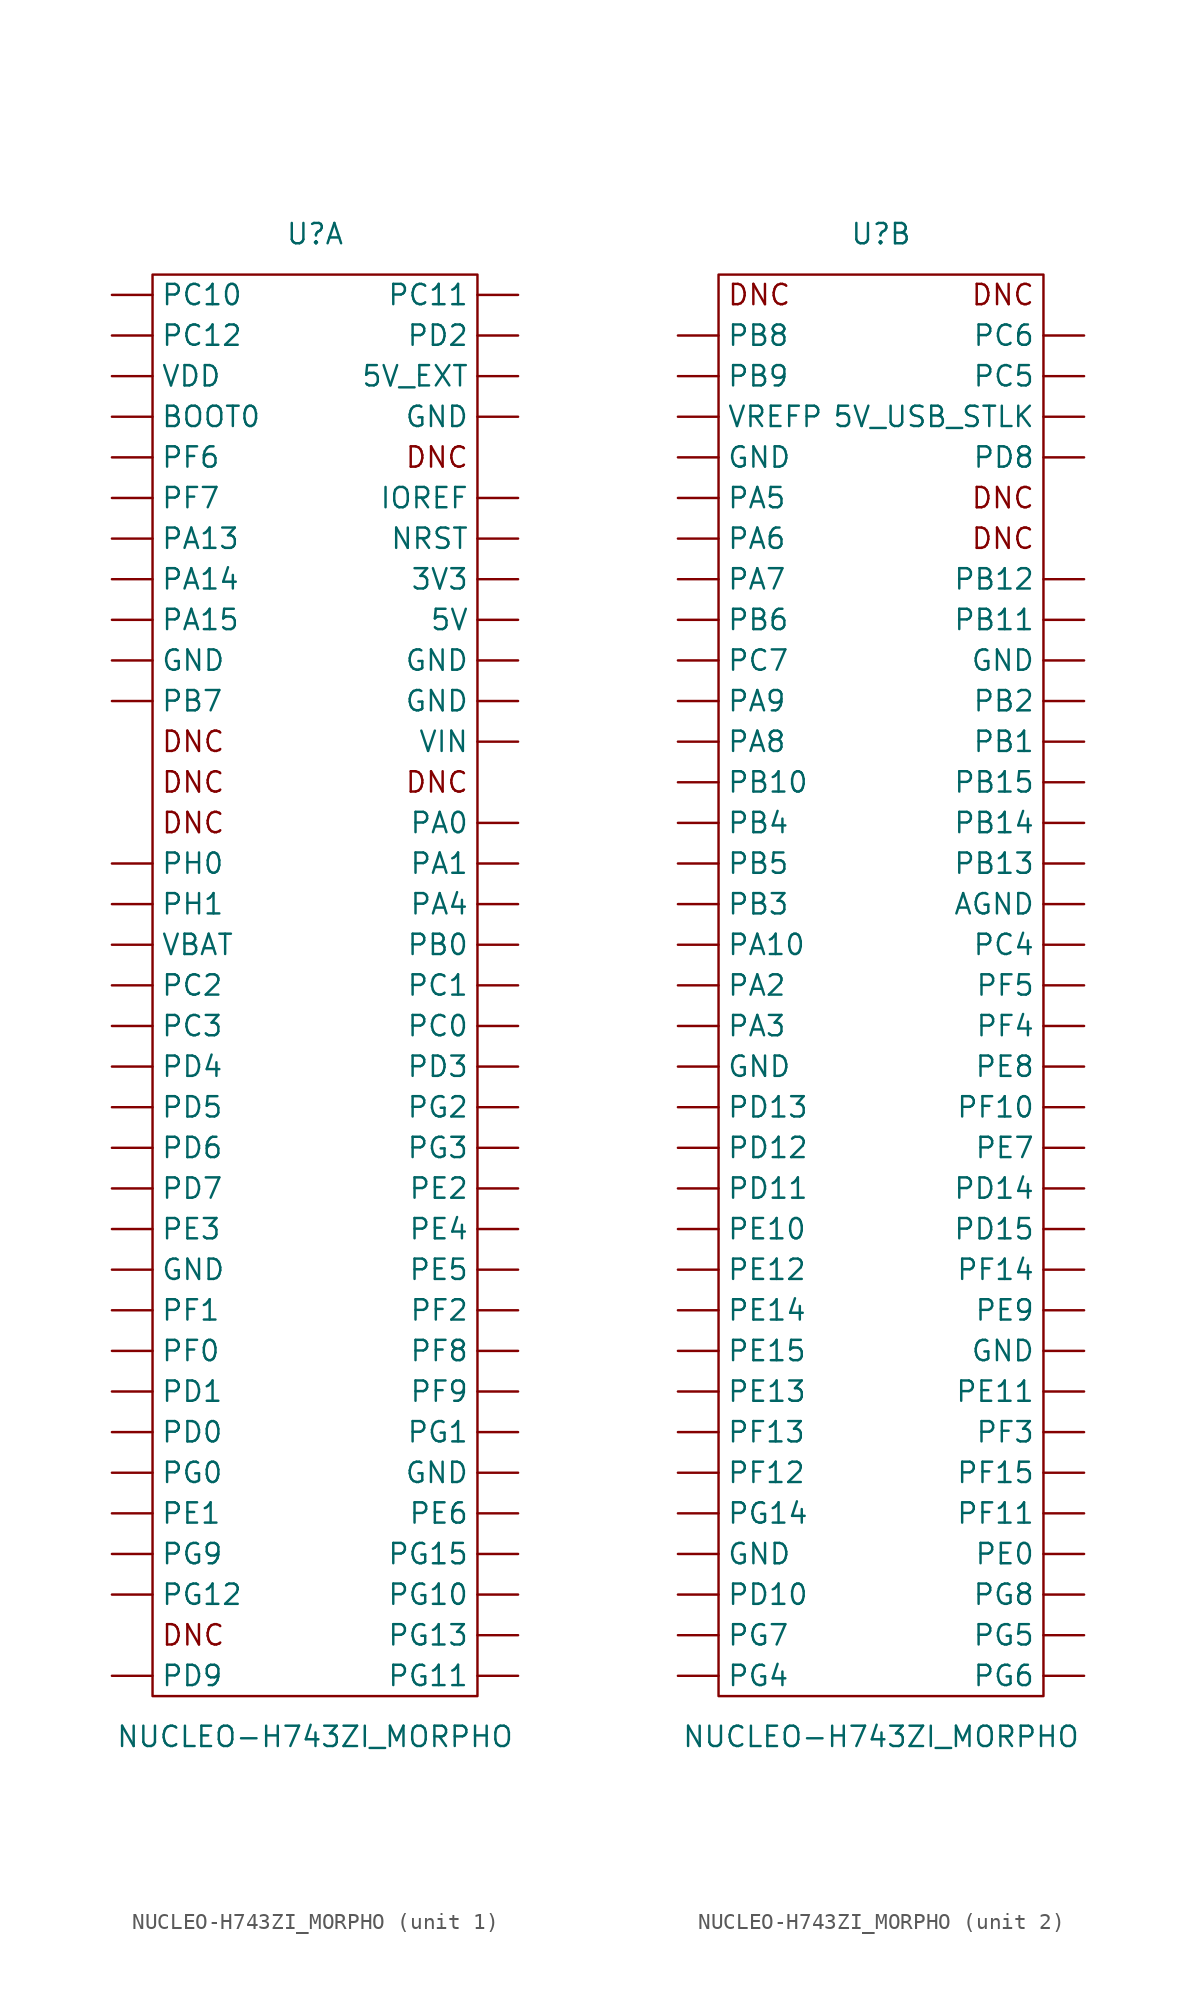
<source format=kicad_sym>
(kicad_symbol_lib
  (version 20211014)
  (generator kicad_symbol_editor)
  (symbol "NUCLEO-H743ZI_MORPHO"
    (pin_numbers hide)
    (property "Reference" "U"
      (at 0 46.99 0)
      (effects (font (size 1.27 1.27))))
    (property "Value" "NUCLEO-H743ZI_MORPHO"
      (at 0 -46.99 0)
      (effects (font (size 1.27 1.27))))
    (property "ki_locked" ""
      (at 0 0 0)
      (effects (font (size 1.27 1.27))))
    (symbol "NUCLEO-H743ZI_MORPHO_1_0"
      (rectangle (start -10.16 44.45) (end 10.16 -44.45) (stroke (width 0.152) (type default) (color 0 0 0 0)) (fill (type none)))
      (text "DNC" (at -7.62 -40.64 0) (effects (font (size 1.27 1.27))))
      (text "DNC" (at -7.62 10.16 0) (effects (font (size 1.27 1.27))))
      (text "DNC" (at -7.62 12.7 0) (effects (font (size 1.27 1.27))))
      (text "DNC" (at -7.62 15.24 0) (effects (font (size 1.27 1.27))))
      (text "DNC" (at 7.62 12.7 0) (effects (font (size 1.27 1.27))))
      (text "DNC" (at 7.62 33.02 0) (effects (font (size 1.27 1.27)))))
    (symbol "NUCLEO-H743ZI_MORPHO_1_1"
      (pin power_out line (at 12.7 25.4 180) (length 2.54) (name "3V3" (effects (font (size 1.27 1.27)))) (number "3V3" (effects (font (size 1.27 1.27)))))
      (pin power_out line (at 12.7 22.86 180) (length 2.54) (name "5V" (effects (font (size 1.27 1.27)))) (number "5V" (effects (font (size 1.27 1.27)))))
      (pin power_in line (at 12.7 38.1 180) (length 2.54) (name "5V_EXT" (effects (font (size 1.27 1.27)))) (number "5V_EXT" (effects (font (size 1.27 1.27)))))
      (pin passive line (at -12.7 35.56 0) (length 2.54) (name "BOOT0" (effects (font (size 1.27 1.27)))) (number "BOOT0" (effects (font (size 1.27 1.27)))))
      (pin power_in line (at -12.7 -17.78 0) (length 2.54) (name "GND" (effects (font (size 1.27 1.27)))) (number "GND" (effects (font (size 1.27 1.27)))))
      (pin power_in line (at -12.7 20.32 0) (length 2.54) (name "GND" (effects (font (size 1.27 1.27)))) (number "GND" (effects (font (size 1.27 1.27)))))
      (pin power_in line (at 12.7 -30.48 180) (length 2.54) (name "GND" (effects (font (size 1.27 1.27)))) (number "GND" (effects (font (size 1.27 1.27)))))
      (pin power_in line (at 12.7 17.78 180) (length 2.54) (name "GND" (effects (font (size 1.27 1.27)))) (number "GND" (effects (font (size 1.27 1.27)))))
      (pin power_in line (at 12.7 20.32 180) (length 2.54) (name "GND" (effects (font (size 1.27 1.27)))) (number "GND" (effects (font (size 1.27 1.27)))))
      (pin power_in line (at 12.7 35.56 180) (length 2.54) (name "GND" (effects (font (size 1.27 1.27)))) (number "GND" (effects (font (size 1.27 1.27)))))
      (pin passive line (at 12.7 30.48 180) (length 2.54) (name "IOREF" (effects (font (size 1.27 1.27)))) (number "IOREF" (effects (font (size 1.27 1.27)))))
      (pin passive line (at 12.7 27.94 180) (length 2.54) (name "NRST" (effects (font (size 1.27 1.27)))) (number "NRST" (effects (font (size 1.27 1.27)))))
      (pin passive line (at 12.7 10.16 180) (length 2.54) (name "PA0" (effects (font (size 1.27 1.27)))) (number "PA0" (effects (font (size 1.27 1.27)))))
      (pin passive line (at 12.7 7.62 180) (length 2.54) (name "PA1" (effects (font (size 1.27 1.27)))) (number "PA1" (effects (font (size 1.27 1.27)))))
      (pin passive line (at -12.7 27.94 0) (length 2.54) (name "PA13" (effects (font (size 1.27 1.27)))) (number "PA13" (effects (font (size 1.27 1.27)))))
      (pin passive line (at -12.7 25.4 0) (length 2.54) (name "PA14" (effects (font (size 1.27 1.27)))) (number "PA14" (effects (font (size 1.27 1.27)))))
      (pin passive line (at -12.7 22.86 0) (length 2.54) (name "PA15" (effects (font (size 1.27 1.27)))) (number "PA15" (effects (font (size 1.27 1.27)))))
      (pin passive line (at 12.7 5.08 180) (length 2.54) (name "PA4" (effects (font (size 1.27 1.27)))) (number "PA4" (effects (font (size 1.27 1.27)))))
      (pin passive line (at 12.7 2.54 180) (length 2.54) (name "PB0" (effects (font (size 1.27 1.27)))) (number "PB0" (effects (font (size 1.27 1.27)))))
      (pin passive line (at -12.7 17.78 0) (length 2.54) (name "PB7" (effects (font (size 1.27 1.27)))) (number "PB7" (effects (font (size 1.27 1.27)))))
      (pin passive line (at 12.7 -2.54 180) (length 2.54) (name "PC0" (effects (font (size 1.27 1.27)))) (number "PC0" (effects (font (size 1.27 1.27)))))
      (pin passive line (at 12.7 0 180) (length 2.54) (name "PC1" (effects (font (size 1.27 1.27)))) (number "PC1" (effects (font (size 1.27 1.27)))))
      (pin passive line (at -12.7 43.18 0) (length 2.54) (name "PC10" (effects (font (size 1.27 1.27)))) (number "PC10" (effects (font (size 1.27 1.27)))))
      (pin passive line (at 12.7 43.18 180) (length 2.54) (name "PC11" (effects (font (size 1.27 1.27)))) (number "PC11" (effects (font (size 1.27 1.27)))))
      (pin passive line (at -12.7 40.64 0) (length 2.54) (name "PC12" (effects (font (size 1.27 1.27)))) (number "PC12" (effects (font (size 1.27 1.27)))))
      (pin passive line (at -12.7 0 0) (length 2.54) (name "PC2" (effects (font (size 1.27 1.27)))) (number "PC2" (effects (font (size 1.27 1.27)))))
      (pin passive line (at -12.7 -2.54 0) (length 2.54) (name "PC3" (effects (font (size 1.27 1.27)))) (number "PC3" (effects (font (size 1.27 1.27)))))
      (pin passive line (at -12.7 -27.94 0) (length 2.54) (name "PD0" (effects (font (size 1.27 1.27)))) (number "PD0" (effects (font (size 1.27 1.27)))))
      (pin passive line (at -12.7 -25.4 0) (length 2.54) (name "PD1" (effects (font (size 1.27 1.27)))) (number "PD1" (effects (font (size 1.27 1.27)))))
      (pin passive line (at 12.7 40.64 180) (length 2.54) (name "PD2" (effects (font (size 1.27 1.27)))) (number "PD2" (effects (font (size 1.27 1.27)))))
      (pin passive line (at 12.7 -5.08 180) (length 2.54) (name "PD3" (effects (font (size 1.27 1.27)))) (number "PD3" (effects (font (size 1.27 1.27)))))
      (pin passive line (at -12.7 -5.08 0) (length 2.54) (name "PD4" (effects (font (size 1.27 1.27)))) (number "PD4" (effects (font (size 1.27 1.27)))))
      (pin passive line (at -12.7 -7.62 0) (length 2.54) (name "PD5" (effects (font (size 1.27 1.27)))) (number "PD5" (effects (font (size 1.27 1.27)))))
      (pin passive line (at -12.7 -10.16 0) (length 2.54) (name "PD6" (effects (font (size 1.27 1.27)))) (number "PD6" (effects (font (size 1.27 1.27)))))
      (pin passive line (at -12.7 -12.7 0) (length 2.54) (name "PD7" (effects (font (size 1.27 1.27)))) (number "PD7" (effects (font (size 1.27 1.27)))))
      (pin passive line (at -12.7 -43.18 0) (length 2.54) (name "PD9" (effects (font (size 1.27 1.27)))) (number "PD9" (effects (font (size 1.27 1.27)))))
      (pin passive line (at -12.7 -33.02 0) (length 2.54) (name "PE1" (effects (font (size 1.27 1.27)))) (number "PE1" (effects (font (size 1.27 1.27)))))
      (pin passive line (at 12.7 -12.7 180) (length 2.54) (name "PE2" (effects (font (size 1.27 1.27)))) (number "PE2" (effects (font (size 1.27 1.27)))))
      (pin passive line (at -12.7 -15.24 0) (length 2.54) (name "PE3" (effects (font (size 1.27 1.27)))) (number "PE3" (effects (font (size 1.27 1.27)))))
      (pin passive line (at 12.7 -15.24 180) (length 2.54) (name "PE4" (effects (font (size 1.27 1.27)))) (number "PE4" (effects (font (size 1.27 1.27)))))
      (pin passive line (at 12.7 -17.78 180) (length 2.54) (name "PE5" (effects (font (size 1.27 1.27)))) (number "PE5" (effects (font (size 1.27 1.27)))))
      (pin passive line (at 12.7 -33.02 180) (length 2.54) (name "PE6" (effects (font (size 1.27 1.27)))) (number "PE6" (effects (font (size 1.27 1.27)))))
      (pin passive line (at -12.7 -22.86 0) (length 2.54) (name "PF0" (effects (font (size 1.27 1.27)))) (number "PF0" (effects (font (size 1.27 1.27)))))
      (pin passive line (at -12.7 -20.32 0) (length 2.54) (name "PF1" (effects (font (size 1.27 1.27)))) (number "PF1" (effects (font (size 1.27 1.27)))))
      (pin passive line (at 12.7 -20.32 180) (length 2.54) (name "PF2" (effects (font (size 1.27 1.27)))) (number "PF2" (effects (font (size 1.27 1.27)))))
      (pin passive line (at -12.7 33.02 0) (length 2.54) (name "PF6" (effects (font (size 1.27 1.27)))) (number "PF6" (effects (font (size 1.27 1.27)))))
      (pin passive line (at -12.7 30.48 0) (length 2.54) (name "PF7" (effects (font (size 1.27 1.27)))) (number "PF7" (effects (font (size 1.27 1.27)))))
      (pin passive line (at 12.7 -22.86 180) (length 2.54) (name "PF8" (effects (font (size 1.27 1.27)))) (number "PF8" (effects (font (size 1.27 1.27)))))
      (pin passive line (at 12.7 -25.4 180) (length 2.54) (name "PF9" (effects (font (size 1.27 1.27)))) (number "PF9" (effects (font (size 1.27 1.27)))))
      (pin passive line (at -12.7 -30.48 0) (length 2.54) (name "PG0" (effects (font (size 1.27 1.27)))) (number "PG0" (effects (font (size 1.27 1.27)))))
      (pin passive line (at 12.7 -27.94 180) (length 2.54) (name "PG1" (effects (font (size 1.27 1.27)))) (number "PG1" (effects (font (size 1.27 1.27)))))
      (pin passive line (at 12.7 -38.1 180) (length 2.54) (name "PG10" (effects (font (size 1.27 1.27)))) (number "PG10" (effects (font (size 1.27 1.27)))))
      (pin passive line (at 12.7 -43.18 180) (length 2.54) (name "PG11" (effects (font (size 1.27 1.27)))) (number "PG11" (effects (font (size 1.27 1.27)))))
      (pin passive line (at -12.7 -38.1 0) (length 2.54) (name "PG12" (effects (font (size 1.27 1.27)))) (number "PG12" (effects (font (size 1.27 1.27)))))
      (pin passive line (at 12.7 -40.64 180) (length 2.54) (name "PG13" (effects (font (size 1.27 1.27)))) (number "PG13" (effects (font (size 1.27 1.27)))))
      (pin passive line (at 12.7 -35.56 180) (length 2.54) (name "PG15" (effects (font (size 1.27 1.27)))) (number "PG15" (effects (font (size 1.27 1.27)))))
      (pin passive line (at 12.7 -7.62 180) (length 2.54) (name "PG2" (effects (font (size 1.27 1.27)))) (number "PG2" (effects (font (size 1.27 1.27)))))
      (pin passive line (at 12.7 -10.16 180) (length 2.54) (name "PG3" (effects (font (size 1.27 1.27)))) (number "PG3" (effects (font (size 1.27 1.27)))))
      (pin passive line (at -12.7 -35.56 0) (length 2.54) (name "PG9" (effects (font (size 1.27 1.27)))) (number "PG9" (effects (font (size 1.27 1.27)))))
      (pin passive line (at -12.7 7.62 0) (length 2.54) (name "PH0" (effects (font (size 1.27 1.27)))) (number "PH0" (effects (font (size 1.27 1.27)))))
      (pin passive line (at -12.7 5.08 0) (length 2.54) (name "PH1" (effects (font (size 1.27 1.27)))) (number "PH1" (effects (font (size 1.27 1.27)))))
      (pin power_in line (at -12.7 2.54 0) (length 2.54) (name "VBAT" (effects (font (size 1.27 1.27)))) (number "VBAT" (effects (font (size 1.27 1.27)))))
      (pin power_out line (at -12.7 38.1 0) (length 2.54) (name "VDD" (effects (font (size 1.27 1.27)))) (number "VDD" (effects (font (size 1.27 1.27)))))
      (pin power_in line (at 12.7 15.24 180) (length 2.54) (name "VIN" (effects (font (size 1.27 1.27)))) (number "VIN" (effects (font (size 1.27 1.27))))))
    (symbol "NUCLEO-H743ZI_MORPHO_2_0"
      (rectangle (start -10.16 44.45) (end 10.16 -44.45) (stroke (width 0.152) (type default) (color 0 0 0 0)) (fill (type none)))
      (text "DNC" (at -7.62 43.18 0) (effects (font (size 1.27 1.27))))
      (text "DNC" (at 7.62 27.94 0) (effects (font (size 1.27 1.27))))
      (text "DNC" (at 7.62 30.48 0) (effects (font (size 1.27 1.27))))
      (text "DNC" (at 7.62 43.18 0) (effects (font (size 1.27 1.27)))))
    (symbol "NUCLEO-H743ZI_MORPHO_2_1"
      (pin power_out line (at 12.7 35.56 180) (length 2.54) (name "5V_USB_STLK" (effects (font (size 1.27 1.27)))) (number "5V_USB_STLK" (effects (font (size 1.27 1.27)))))
      (pin power_in line (at 12.7 5.08 180) (length 2.54) (name "AGND" (effects (font (size 1.27 1.27)))) (number "AGND" (effects (font (size 1.27 1.27)))))
      (pin power_in line (at -12.7 -35.56 0) (length 2.54) (name "GND" (effects (font (size 1.27 1.27)))) (number "GND" (effects (font (size 1.27 1.27)))))
      (pin power_in line (at -12.7 -5.08 0) (length 2.54) (name "GND" (effects (font (size 1.27 1.27)))) (number "GND" (effects (font (size 1.27 1.27)))))
      (pin power_in line (at -12.7 33.02 0) (length 2.54) (name "GND" (effects (font (size 1.27 1.27)))) (number "GND" (effects (font (size 1.27 1.27)))))
      (pin power_in line (at 12.7 -22.86 180) (length 2.54) (name "GND" (effects (font (size 1.27 1.27)))) (number "GND" (effects (font (size 1.27 1.27)))))
      (pin power_in line (at 12.7 20.32 180) (length 2.54) (name "GND" (effects (font (size 1.27 1.27)))) (number "GND" (effects (font (size 1.27 1.27)))))
      (pin passive line (at -12.7 2.54 0) (length 2.54) (name "PA10" (effects (font (size 1.27 1.27)))) (number "PA10" (effects (font (size 1.27 1.27)))))
      (pin passive line (at -12.7 0 0) (length 2.54) (name "PA2" (effects (font (size 1.27 1.27)))) (number "PA2" (effects (font (size 1.27 1.27)))))
      (pin passive line (at -12.7 -2.54 0) (length 2.54) (name "PA3" (effects (font (size 1.27 1.27)))) (number "PA3" (effects (font (size 1.27 1.27)))))
      (pin passive line (at -12.7 30.48 0) (length 2.54) (name "PA5" (effects (font (size 1.27 1.27)))) (number "PA5" (effects (font (size 1.27 1.27)))))
      (pin passive line (at -12.7 27.94 0) (length 2.54) (name "PA6" (effects (font (size 1.27 1.27)))) (number "PA6" (effects (font (size 1.27 1.27)))))
      (pin passive line (at -12.7 25.4 0) (length 2.54) (name "PA7" (effects (font (size 1.27 1.27)))) (number "PA7" (effects (font (size 1.27 1.27)))))
      (pin passive line (at -12.7 15.24 0) (length 2.54) (name "PA8" (effects (font (size 1.27 1.27)))) (number "PA8" (effects (font (size 1.27 1.27)))))
      (pin passive line (at -12.7 17.78 0) (length 2.54) (name "PA9" (effects (font (size 1.27 1.27)))) (number "PA9" (effects (font (size 1.27 1.27)))))
      (pin passive line (at 12.7 15.24 180) (length 2.54) (name "PB1" (effects (font (size 1.27 1.27)))) (number "PB1" (effects (font (size 1.27 1.27)))))
      (pin passive line (at -12.7 12.7 0) (length 2.54) (name "PB10" (effects (font (size 1.27 1.27)))) (number "PB10" (effects (font (size 1.27 1.27)))))
      (pin passive line (at 12.7 22.86 180) (length 2.54) (name "PB11" (effects (font (size 1.27 1.27)))) (number "PB11" (effects (font (size 1.27 1.27)))))
      (pin passive line (at 12.7 25.4 180) (length 2.54) (name "PB12" (effects (font (size 1.27 1.27)))) (number "PB12" (effects (font (size 1.27 1.27)))))
      (pin passive line (at 12.7 7.62 180) (length 2.54) (name "PB13" (effects (font (size 1.27 1.27)))) (number "PB13" (effects (font (size 1.27 1.27)))))
      (pin passive line (at 12.7 10.16 180) (length 2.54) (name "PB14" (effects (font (size 1.27 1.27)))) (number "PB14" (effects (font (size 1.27 1.27)))))
      (pin passive line (at 12.7 12.7 180) (length 2.54) (name "PB15" (effects (font (size 1.27 1.27)))) (number "PB15" (effects (font (size 1.27 1.27)))))
      (pin passive line (at 12.7 17.78 180) (length 2.54) (name "PB2" (effects (font (size 1.27 1.27)))) (number "PB2" (effects (font (size 1.27 1.27)))))
      (pin passive line (at -12.7 5.08 0) (length 2.54) (name "PB3" (effects (font (size 1.27 1.27)))) (number "PB3" (effects (font (size 1.27 1.27)))))
      (pin passive line (at -12.7 10.16 0) (length 2.54) (name "PB4" (effects (font (size 1.27 1.27)))) (number "PB4" (effects (font (size 1.27 1.27)))))
      (pin passive line (at -12.7 7.62 0) (length 2.54) (name "PB5" (effects (font (size 1.27 1.27)))) (number "PB5" (effects (font (size 1.27 1.27)))))
      (pin passive line (at -12.7 22.86 0) (length 2.54) (name "PB6" (effects (font (size 1.27 1.27)))) (number "PB6" (effects (font (size 1.27 1.27)))))
      (pin passive line (at -12.7 40.64 0) (length 2.54) (name "PB8" (effects (font (size 1.27 1.27)))) (number "PB8" (effects (font (size 1.27 1.27)))))
      (pin passive line (at -12.7 38.1 0) (length 2.54) (name "PB9" (effects (font (size 1.27 1.27)))) (number "PB9" (effects (font (size 1.27 1.27)))))
      (pin passive line (at 12.7 2.54 180) (length 2.54) (name "PC4" (effects (font (size 1.27 1.27)))) (number "PC4" (effects (font (size 1.27 1.27)))))
      (pin passive line (at 12.7 38.1 180) (length 2.54) (name "PC5" (effects (font (size 1.27 1.27)))) (number "PC5" (effects (font (size 1.27 1.27)))))
      (pin passive line (at 12.7 40.64 180) (length 2.54) (name "PC6" (effects (font (size 1.27 1.27)))) (number "PC6" (effects (font (size 1.27 1.27)))))
      (pin passive line (at -12.7 20.32 0) (length 2.54) (name "PC7" (effects (font (size 1.27 1.27)))) (number "PC7" (effects (font (size 1.27 1.27)))))
      (pin passive line (at -12.7 -38.1 0) (length 2.54) (name "PD10" (effects (font (size 1.27 1.27)))) (number "PD10" (effects (font (size 1.27 1.27)))))
      (pin passive line (at -12.7 -12.7 0) (length 2.54) (name "PD11" (effects (font (size 1.27 1.27)))) (number "PD11" (effects (font (size 1.27 1.27)))))
      (pin passive line (at -12.7 -10.16 0) (length 2.54) (name "PD12" (effects (font (size 1.27 1.27)))) (number "PD12" (effects (font (size 1.27 1.27)))))
      (pin passive line (at -12.7 -7.62 0) (length 2.54) (name "PD13" (effects (font (size 1.27 1.27)))) (number "PD13" (effects (font (size 1.27 1.27)))))
      (pin passive line (at 12.7 -12.7 180) (length 2.54) (name "PD14" (effects (font (size 1.27 1.27)))) (number "PD14" (effects (font (size 1.27 1.27)))))
      (pin passive line (at 12.7 -15.24 180) (length 2.54) (name "PD15" (effects (font (size 1.27 1.27)))) (number "PD15" (effects (font (size 1.27 1.27)))))
      (pin passive line (at 12.7 33.02 180) (length 2.54) (name "PD8" (effects (font (size 1.27 1.27)))) (number "PD8" (effects (font (size 1.27 1.27)))))
      (pin passive line (at 12.7 -35.56 180) (length 2.54) (name "PE0" (effects (font (size 1.27 1.27)))) (number "PE0" (effects (font (size 1.27 1.27)))))
      (pin passive line (at -12.7 -15.24 0) (length 2.54) (name "PE10" (effects (font (size 1.27 1.27)))) (number "PE10" (effects (font (size 1.27 1.27)))))
      (pin passive line (at 12.7 -25.4 180) (length 2.54) (name "PE11" (effects (font (size 1.27 1.27)))) (number "PE11" (effects (font (size 1.27 1.27)))))
      (pin passive line (at -12.7 -17.78 0) (length 2.54) (name "PE12" (effects (font (size 1.27 1.27)))) (number "PE12" (effects (font (size 1.27 1.27)))))
      (pin passive line (at -12.7 -25.4 0) (length 2.54) (name "PE13" (effects (font (size 1.27 1.27)))) (number "PE13" (effects (font (size 1.27 1.27)))))
      (pin passive line (at -12.7 -20.32 0) (length 2.54) (name "PE14" (effects (font (size 1.27 1.27)))) (number "PE14" (effects (font (size 1.27 1.27)))))
      (pin passive line (at -12.7 -22.86 0) (length 2.54) (name "PE15" (effects (font (size 1.27 1.27)))) (number "PE15" (effects (font (size 1.27 1.27)))))
      (pin passive line (at 12.7 -10.16 180) (length 2.54) (name "PE7" (effects (font (size 1.27 1.27)))) (number "PE7" (effects (font (size 1.27 1.27)))))
      (pin passive line (at 12.7 -5.08 180) (length 2.54) (name "PE8" (effects (font (size 1.27 1.27)))) (number "PE8" (effects (font (size 1.27 1.27)))))
      (pin passive line (at 12.7 -20.32 180) (length 2.54) (name "PE9" (effects (font (size 1.27 1.27)))) (number "PE9" (effects (font (size 1.27 1.27)))))
      (pin passive line (at 12.7 -7.62 180) (length 2.54) (name "PF10" (effects (font (size 1.27 1.27)))) (number "PF10" (effects (font (size 1.27 1.27)))))
      (pin passive line (at 12.7 -33.02 180) (length 2.54) (name "PF11" (effects (font (size 1.27 1.27)))) (number "PF11" (effects (font (size 1.27 1.27)))))
      (pin passive line (at -12.7 -30.48 0) (length 2.54) (name "PF12" (effects (font (size 1.27 1.27)))) (number "PF12" (effects (font (size 1.27 1.27)))))
      (pin passive line (at -12.7 -27.94 0) (length 2.54) (name "PF13" (effects (font (size 1.27 1.27)))) (number "PF13" (effects (font (size 1.27 1.27)))))
      (pin passive line (at 12.7 -17.78 180) (length 2.54) (name "PF14" (effects (font (size 1.27 1.27)))) (number "PF14" (effects (font (size 1.27 1.27)))))
      (pin passive line (at 12.7 -30.48 180) (length 2.54) (name "PF15" (effects (font (size 1.27 1.27)))) (number "PF15" (effects (font (size 1.27 1.27)))))
      (pin passive line (at 12.7 -27.94 180) (length 2.54) (name "PF3" (effects (font (size 1.27 1.27)))) (number "PF3" (effects (font (size 1.27 1.27)))))
      (pin passive line (at 12.7 -2.54 180) (length 2.54) (name "PF4" (effects (font (size 1.27 1.27)))) (number "PF4" (effects (font (size 1.27 1.27)))))
      (pin passive line (at 12.7 0 180) (length 2.54) (name "PF5" (effects (font (size 1.27 1.27)))) (number "PF5" (effects (font (size 1.27 1.27)))))
      (pin passive line (at -12.7 -33.02 0) (length 2.54) (name "PG14" (effects (font (size 1.27 1.27)))) (number "PG14" (effects (font (size 1.27 1.27)))))
      (pin passive line (at -12.7 -43.18 0) (length 2.54) (name "PG4" (effects (font (size 1.27 1.27)))) (number "PG4" (effects (font (size 1.27 1.27)))))
      (pin passive line (at 12.7 -40.64 180) (length 2.54) (name "PG5" (effects (font (size 1.27 1.27)))) (number "PG5" (effects (font (size 1.27 1.27)))))
      (pin passive line (at 12.7 -43.18 180) (length 2.54) (name "PG6" (effects (font (size 1.27 1.27)))) (number "PG6" (effects (font (size 1.27 1.27)))))
      (pin passive line (at -12.7 -40.64 0) (length 2.54) (name "PG7" (effects (font (size 1.27 1.27)))) (number "PG7" (effects (font (size 1.27 1.27)))))
      (pin passive line (at 12.7 -38.1 180) (length 2.54) (name "PG8" (effects (font (size 1.27 1.27)))) (number "PG8" (effects (font (size 1.27 1.27)))))
      (pin passive line (at -12.7 35.56 0) (length 2.54) (name "VREFP" (effects (font (size 1.27 1.27)))) (number "VREFP" (effects (font (size 1.27 1.27))))))))
</source>
